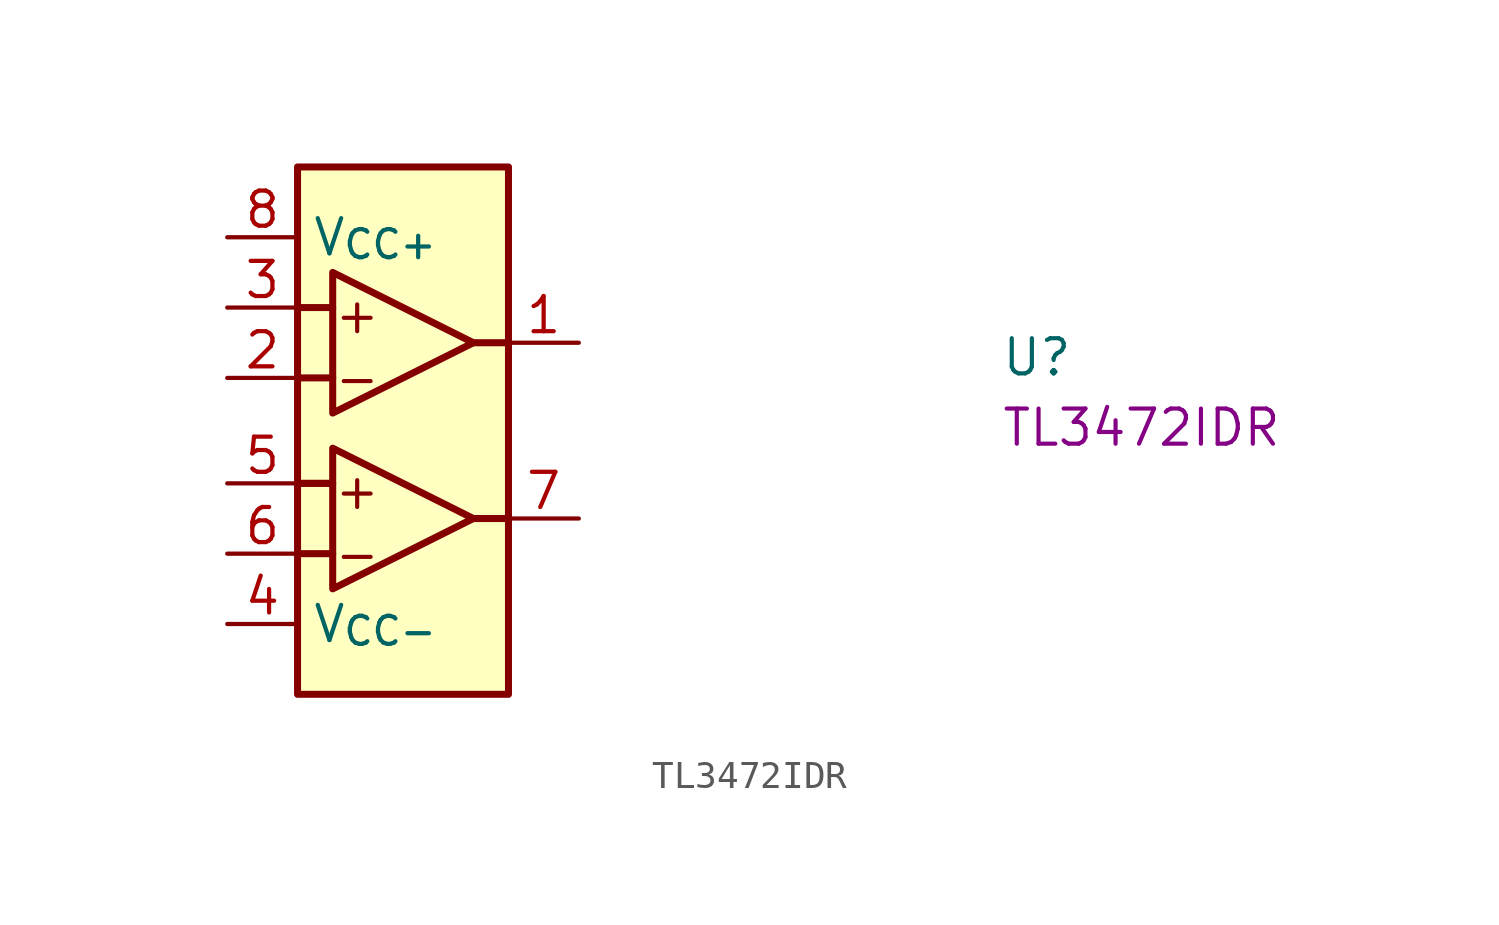
<source format=kicad_sym>
(kicad_symbol_lib
  (version 20220914)
  (generator kicad_symbol_editor)
  (symbol "TL3472IDR"
    (property "Reference" "U"
      (at 27.94 -5.08 0)
      (effects (font (size 1.27 1.27) (thickness 0.15)) (justify left bottom)))
    (property "MPN" "TL3472IDR"
      (at 27.94 -7.62 0)
      (effects (font (size 1.27 1.27) (thickness 0.15)) (justify left bottom)))
    (symbol "TL3472IDR_1_1"
      (polyline (pts (xy 2.54 -11.43) (xy 3.81 -11.43)) (stroke (width 0.254) (type default)) (fill (type background)))
      (polyline (pts (xy 2.54 -8.89) (xy 3.683 -8.89)) (stroke (width 0.254) (type default)) (fill (type background)))
      (polyline (pts (xy 2.54 -8.89) (xy 3.81 -8.89)) (stroke (width 0.254) (type default)) (fill (type background)))
      (polyline (pts (xy 2.54 -5.08) (xy 3.81 -5.08)) (stroke (width 0.254) (type default)) (fill (type background)))
      (polyline (pts (xy 2.54 -2.54) (xy 3.81 -2.54)) (stroke (width 0.254) (type default)) (fill (type background)))
      (polyline (pts (xy 8.89 -10.16) (xy 10.16 -10.16)) (stroke (width 0.254) (type default)) (fill (type background)))
      (polyline (pts (xy 8.89 -3.81) (xy 10.16 -3.81)) (stroke (width 0.254) (type default)) (fill (type background)))
      (polyline (pts (xy 3.81 -7.62) (xy 8.89 -10.16) (xy 3.81 -12.7) (xy 3.81 -7.62)) (stroke (width 0.254) (type default)) (fill (type background)))
      (polyline (pts (xy 3.81 -1.27) (xy 8.89 -3.81) (xy 3.81 -6.35) (xy 3.81 -1.27)) (stroke (width 0.254) (type default)) (fill (type background)))
      (rectangle (start 2.54 2.54) (end 10.16 -16.51) (stroke (width 0.254) (type default)) (fill (type background)))
      (text "+" (at 3.81 -9.906 0) (effects (font (size 1.27 1.27) (thickness 0.15)) (justify left bottom)))
      (text "+" (at 3.81 -3.556 0) (effects (font (size 1.27 1.27) (thickness 0.15)) (justify left bottom)))
      (text "-" (at 3.81 -12.192 0) (effects (font (size 1.27 1.27) (thickness 0.15)) (justify left bottom)))
      (text "-" (at 3.81 -5.842 0) (effects (font (size 1.27 1.27) (thickness 0.15)) (justify left bottom)))
      (pin output line (at 12.7 -3.81 180) (length 2.54) (name "" (effects (font (size 1.27 1.27)))) (number "1" (effects (font (size 1.27 1.27)))))
      (pin input line (at 0 -5.08 0) (length 2.54) (name "" (effects (font (size 1.27 1.27)))) (number "2" (effects (font (size 1.27 1.27)))))
      (pin input line (at 0 -2.54 0) (length 2.54) (name "" (effects (font (size 1.27 1.27)))) (number "3" (effects (font (size 1.27 1.27)))))
      (pin power_in line (at 0 -13.97 0) (length 2.54) (name "V_{CC-}" (effects (font (size 1.27 1.27)))) (number "4" (effects (font (size 1.27 1.27)))))
      (pin input line (at 0 -8.89 0) (length 2.54) (name "" (effects (font (size 1.27 1.27)))) (number "5" (effects (font (size 1.27 1.27)))))
      (pin input line (at 0 -11.43 0) (length 2.54) (name "" (effects (font (size 1.27 1.27)))) (number "6" (effects (font (size 1.27 1.27)))))
      (pin output line (at 12.7 -10.16 180) (length 2.54) (name "" (effects (font (size 1.27 1.27)))) (number "7" (effects (font (size 1.27 1.27)))))
      (pin power_in line (at 0 0 0) (length 2.54) (name "V_{CC+}" (effects (font (size 1.27 1.27)))) (number "8" (effects (font (size 1.27 1.27))))))))
</source>
